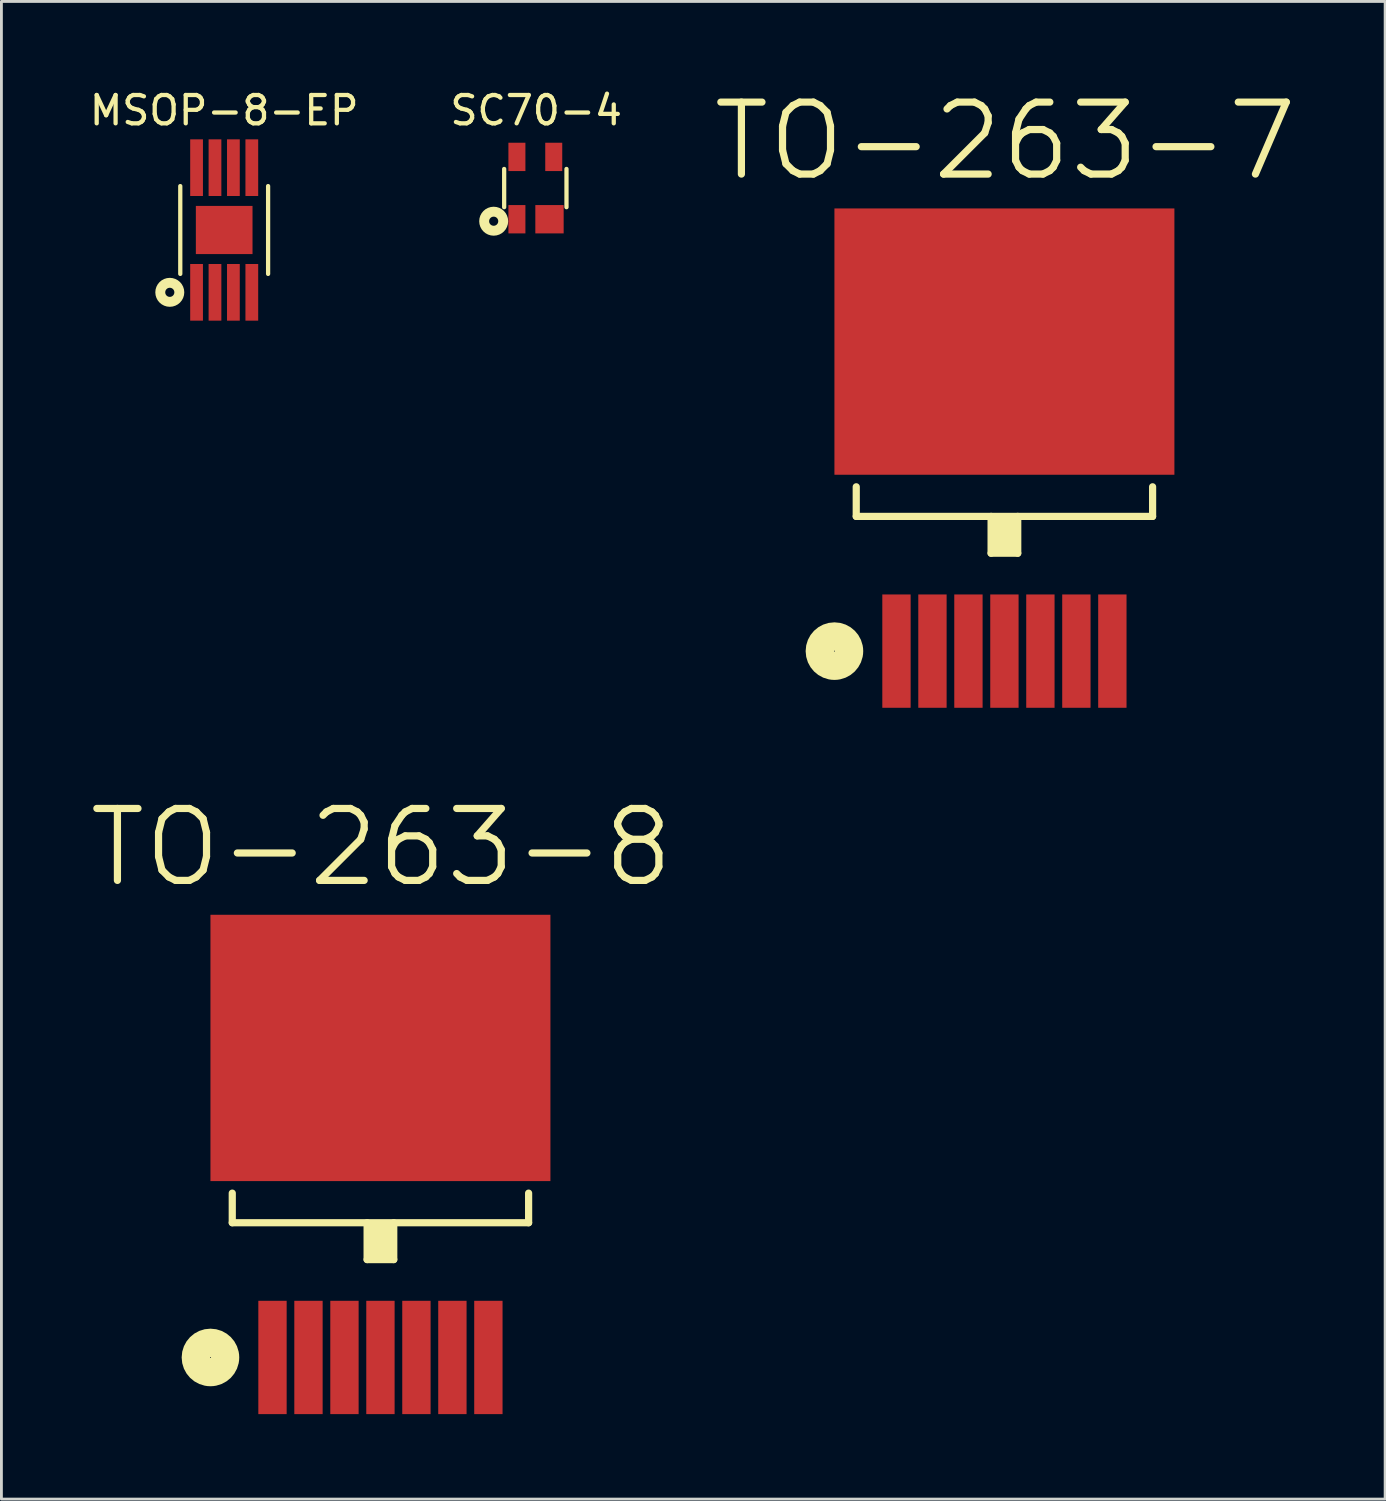
<source format=kicad_pcb>
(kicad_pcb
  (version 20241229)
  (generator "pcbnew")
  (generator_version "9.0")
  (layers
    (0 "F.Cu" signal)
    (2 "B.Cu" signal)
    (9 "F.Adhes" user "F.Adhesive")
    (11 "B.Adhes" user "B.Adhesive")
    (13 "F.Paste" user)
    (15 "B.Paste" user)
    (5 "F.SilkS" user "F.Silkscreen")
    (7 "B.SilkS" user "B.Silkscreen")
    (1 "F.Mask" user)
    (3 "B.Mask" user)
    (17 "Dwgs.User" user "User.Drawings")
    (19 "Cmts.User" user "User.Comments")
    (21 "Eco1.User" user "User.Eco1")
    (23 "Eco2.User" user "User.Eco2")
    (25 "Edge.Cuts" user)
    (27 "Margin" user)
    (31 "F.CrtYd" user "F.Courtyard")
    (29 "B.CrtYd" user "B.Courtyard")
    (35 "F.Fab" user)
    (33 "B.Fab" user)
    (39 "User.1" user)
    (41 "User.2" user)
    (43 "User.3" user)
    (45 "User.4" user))
  (footprint "SC70-4"
    (layer "F.Cu")
    (at 15.845 3.588)
    (property "Reference" "SC70-4" (at 0.03 -2.74 0) (layer "F.SilkS") (effects (font (size 1 1) (thickness 0.15))))
    (attr through_hole)
    (fp_line (start -1.1 0.675) (end -1.1 -0.675) (stroke (width 0.15) (type solid)) (layer "F.SilkS"))
    (fp_line (start 1.1 0.675) (end 1.1 -0.675) (stroke (width 0.15) (type solid)) (layer "F.SilkS"))
    (fp_circle (center -1.47 1.17) (end -1.33 1.25) (stroke (width 0.35) (type solid)) (fill no) (layer "F.SilkS"))
    (pad "1" smd rect (at -0.65 1.1) (size 0.6 1) (layers "F.Cu" "F.Mask" "F.Paste"))
    (pad "2" smd rect (at 0.5 1.1) (size 1 1) (layers "F.Cu" "F.Mask" "F.Paste"))
    (pad "3" smd rect (at 0.65 -1.1) (size 0.6 1) (layers "F.Cu" "F.Mask" "F.Paste"))
    (pad "4" smd rect (at -0.65 -1.1) (size 0.6 1) (layers "F.Cu" "F.Mask" "F.Paste")))
  (footprint "TO-263-7"
    (layer "F.Cu")
    (at 32.402 19.932)
    (property "Reference" "TO-263-7" (at 0.03 -18 0) (layer "F.SilkS") (effects (font (size 2.54 2.54) (thickness 0.254))))
    (attr through_hole)
    (fp_line (start -5.23 -4.755) (end -5.23 -5.8) (stroke (width 0.254) (type solid)) (layer "F.SilkS"))
    (fp_line (start -5.23 -4.755) (end 5.23 -4.755) (stroke (width 0.254) (type solid)) (layer "F.SilkS"))
    (fp_line (start -0.47 -4.755) (end -0.47 -3.455) (stroke (width 0.254) (type solid)) (layer "F.SilkS"))
    (fp_line (start -0.47 -3.455) (end 0.47 -3.455) (stroke (width 0.254) (type solid)) (layer "F.SilkS"))
    (fp_line (start -0.37 -4.46) (end 0.3 -4.48) (stroke (width 0.254) (type solid)) (layer "F.SilkS"))
    (fp_line (start -0.37 -3.61) (end 0.37 -3.6) (stroke (width 0.254) (type solid)) (layer "F.SilkS"))
    (fp_line (start -0.35 -4.15) (end 0.37 -4.15) (stroke (width 0.254) (type solid)) (layer "F.SilkS"))
    (fp_line (start -0.34 -3.96) (end 0.36 -3.99) (stroke (width 0.254) (type solid)) (layer "F.SilkS"))
    (fp_line (start -0.33 -4.58) (end 0.33 -4.59) (stroke (width 0.254) (type solid)) (layer "F.SilkS"))
    (fp_line (start -0.33 -4.3) (end 0.36 -4.31) (stroke (width 0.254) (type solid)) (layer "F.SilkS"))
    (fp_line (start -0.33 -3.76) (end 0.36 -3.81) (stroke (width 0.254) (type solid)) (layer "F.SilkS"))
    (fp_line (start 0.3 -4.48) (end -0.33 -4.58) (stroke (width 0.254) (type solid)) (layer "F.SilkS"))
    (fp_line (start 0.36 -4.31) (end -0.37 -4.46) (stroke (width 0.254) (type solid)) (layer "F.SilkS"))
    (fp_line (start 0.36 -3.99) (end -0.35 -4.15) (stroke (width 0.254) (type solid)) (layer "F.SilkS"))
    (fp_line (start 0.36 -3.81) (end -0.34 -3.96) (stroke (width 0.254) (type solid)) (layer "F.SilkS"))
    (fp_line (start 0.37 -4.15) (end -0.33 -4.3) (stroke (width 0.254) (type solid)) (layer "F.SilkS"))
    (fp_line (start 0.37 -3.6) (end -0.33 -3.76) (stroke (width 0.254) (type solid)) (layer "F.SilkS"))
    (fp_line (start 0.47 -4.755) (end 0.47 -3.455) (stroke (width 0.254) (type solid)) (layer "F.SilkS"))
    (fp_line (start 5.23 -4.755) (end 5.23 -5.8) (stroke (width 0.254) (type solid)) (layer "F.SilkS"))
    (fp_circle (center -6 0) (end -5.63 -0.36) (stroke (width 1) (type solid)) (fill no) (layer "F.SilkS"))
    (pad "1" smd rect (at -3.81 0) (size 1 4) (layers "F.Cu" "F.Mask" "F.Paste"))
    (pad "2" smd rect (at -2.54 0) (size 1 4) (layers "F.Cu" "F.Mask" "F.Paste"))
    (pad "3" smd rect (at -1.27 0) (size 1 4) (layers "F.Cu" "F.Mask" "F.Paste"))
    (pad "4" smd rect (at 0 0) (size 1 4) (layers "F.Cu" "F.Mask" "F.Paste"))
    (pad "5" smd rect (at 1.27 0) (size 1 4) (layers "F.Cu" "F.Mask" "F.Paste"))
    (pad "6" smd rect (at 2.54 0) (size 1 4) (layers "F.Cu" "F.Mask" "F.Paste"))
    (pad "7" smd rect (at 3.81 0) (size 1 4) (layers "F.Cu" "F.Mask" "F.Paste"))
    (pad "8" smd rect (at 0 -10.925) (size 12 9.4) (layers "F.Cu" "F.Mask" "F.Paste")))
  (footprint "MSOP-8-EP"
    (layer "F.Cu")
    (at 4.863 5.068)
    (property "Reference" "MSOP-8-EP" (at 0 -4.22 0) (layer "F.SilkS") (effects (font (size 1 1) (thickness 0.15))))
    (attr through_hole)
    (fp_line (start -1.55 1.55) (end -1.55 -1.55) (stroke (width 0.15) (type solid)) (layer "F.SilkS"))
    (fp_line (start 1.55 1.55) (end 1.55 -1.55) (stroke (width 0.15) (type solid)) (layer "F.SilkS"))
    (fp_circle (center -1.92 2.2) (end -1.78 2.28) (stroke (width 0.35) (type solid)) (fill no) (layer "F.SilkS"))
    (pad "1" smd rect (at -0.975 2.2) (size 0.45 2) (layers "F.Cu" "F.Mask" "F.Paste"))
    (pad "2" smd rect (at -0.325 2.2) (size 0.45 2) (layers "F.Cu" "F.Mask" "F.Paste"))
    (pad "3" smd rect (at 0.325 2.2) (size 0.45 2) (layers "F.Cu" "F.Mask" "F.Paste"))
    (pad "4" smd rect (at 0.975 2.2) (size 0.45 2) (layers "F.Cu" "F.Mask" "F.Paste"))
    (pad "5" smd rect (at 0.975 -2.2) (size 0.45 2) (layers "F.Cu" "F.Mask" "F.Paste"))
    (pad "6" smd rect (at 0.325 -2.2) (size 0.45 2) (layers "F.Cu" "F.Mask" "F.Paste"))
    (pad "7" smd rect (at -0.325 -2.2) (size 0.45 2) (layers "F.Cu" "F.Mask" "F.Paste"))
    (pad "8" smd rect (at -0.975 -2.2) (size 0.45 2) (layers "F.Cu" "F.Mask" "F.Paste"))
    (pad "9" smd rect (at 0 0) (size 2 1.7) (layers "F.Cu" "F.Mask" "F.Paste")))
  (footprint "TO-263-8"
    (layer "F.Cu")
    (at 10.378 44.863)
    (property "Reference" "TO-263-8" (at 0.03 -18 0) (layer "F.SilkS") (effects (font (size 2.54 2.54) (thickness 0.254))))
    (attr through_hole)
    (fp_line (start -5.23 -4.755) (end -5.23 -5.8) (stroke (width 0.254) (type solid)) (layer "F.SilkS"))
    (fp_line (start -5.23 -4.755) (end 5.23 -4.755) (stroke (width 0.254) (type solid)) (layer "F.SilkS"))
    (fp_line (start -0.47 -4.755) (end -0.47 -3.455) (stroke (width 0.254) (type solid)) (layer "F.SilkS"))
    (fp_line (start -0.47 -3.455) (end 0.47 -3.455) (stroke (width 0.254) (type solid)) (layer "F.SilkS"))
    (fp_line (start -0.37 -4.46) (end 0.3 -4.48) (stroke (width 0.254) (type solid)) (layer "F.SilkS"))
    (fp_line (start -0.37 -3.61) (end 0.37 -3.6) (stroke (width 0.254) (type solid)) (layer "F.SilkS"))
    (fp_line (start -0.35 -4.15) (end 0.37 -4.15) (stroke (width 0.254) (type solid)) (layer "F.SilkS"))
    (fp_line (start -0.34 -3.96) (end 0.36 -3.99) (stroke (width 0.254) (type solid)) (layer "F.SilkS"))
    (fp_line (start -0.33 -4.58) (end 0.33 -4.59) (stroke (width 0.254) (type solid)) (layer "F.SilkS"))
    (fp_line (start -0.33 -4.3) (end 0.36 -4.31) (stroke (width 0.254) (type solid)) (layer "F.SilkS"))
    (fp_line (start -0.33 -3.76) (end 0.36 -3.81) (stroke (width 0.254) (type solid)) (layer "F.SilkS"))
    (fp_line (start 0.3 -4.48) (end -0.33 -4.58) (stroke (width 0.254) (type solid)) (layer "F.SilkS"))
    (fp_line (start 0.36 -4.31) (end -0.37 -4.46) (stroke (width 0.254) (type solid)) (layer "F.SilkS"))
    (fp_line (start 0.36 -3.99) (end -0.35 -4.15) (stroke (width 0.254) (type solid)) (layer "F.SilkS"))
    (fp_line (start 0.36 -3.81) (end -0.34 -3.96) (stroke (width 0.254) (type solid)) (layer "F.SilkS"))
    (fp_line (start 0.37 -4.15) (end -0.33 -4.3) (stroke (width 0.254) (type solid)) (layer "F.SilkS"))
    (fp_line (start 0.37 -3.6) (end -0.33 -3.76) (stroke (width 0.254) (type solid)) (layer "F.SilkS"))
    (fp_line (start 0.47 -4.755) (end 0.47 -3.455) (stroke (width 0.254) (type solid)) (layer "F.SilkS"))
    (fp_line (start 5.23 -4.755) (end 5.23 -5.8) (stroke (width 0.254) (type solid)) (layer "F.SilkS"))
    (fp_circle (center -6 0) (end -5.63 -0.36) (stroke (width 1) (type solid)) (fill no) (layer "F.SilkS"))
    (pad "1" smd rect (at -3.81 0) (size 1 4) (layers "F.Cu" "F.Mask" "F.Paste"))
    (pad "2" smd rect (at -2.54 0) (size 1 4) (layers "F.Cu" "F.Mask" "F.Paste"))
    (pad "3" smd rect (at -1.27 0) (size 1 4) (layers "F.Cu" "F.Mask" "F.Paste"))
    (pad "4" smd rect (at 0 0) (size 1 4) (layers "F.Cu" "F.Mask" "F.Paste"))
    (pad "5" smd rect (at 1.27 0) (size 1 4) (layers "F.Cu" "F.Mask" "F.Paste"))
    (pad "6" smd rect (at 2.54 0) (size 1 4) (layers "F.Cu" "F.Mask" "F.Paste"))
    (pad "7" smd rect (at 3.81 0) (size 1 4) (layers "F.Cu" "F.Mask" "F.Paste"))
    (pad "8" smd rect (at 0 -10.925) (size 12 9.4) (layers "F.Cu" "F.Mask" "F.Paste")))
  (gr_rect
    (start -3 -3)
    (end 45.84 49.863)
    (stroke (width 0.1) (type default))
    (fill no)
    (layer "Edge.Cuts")))
</source>
